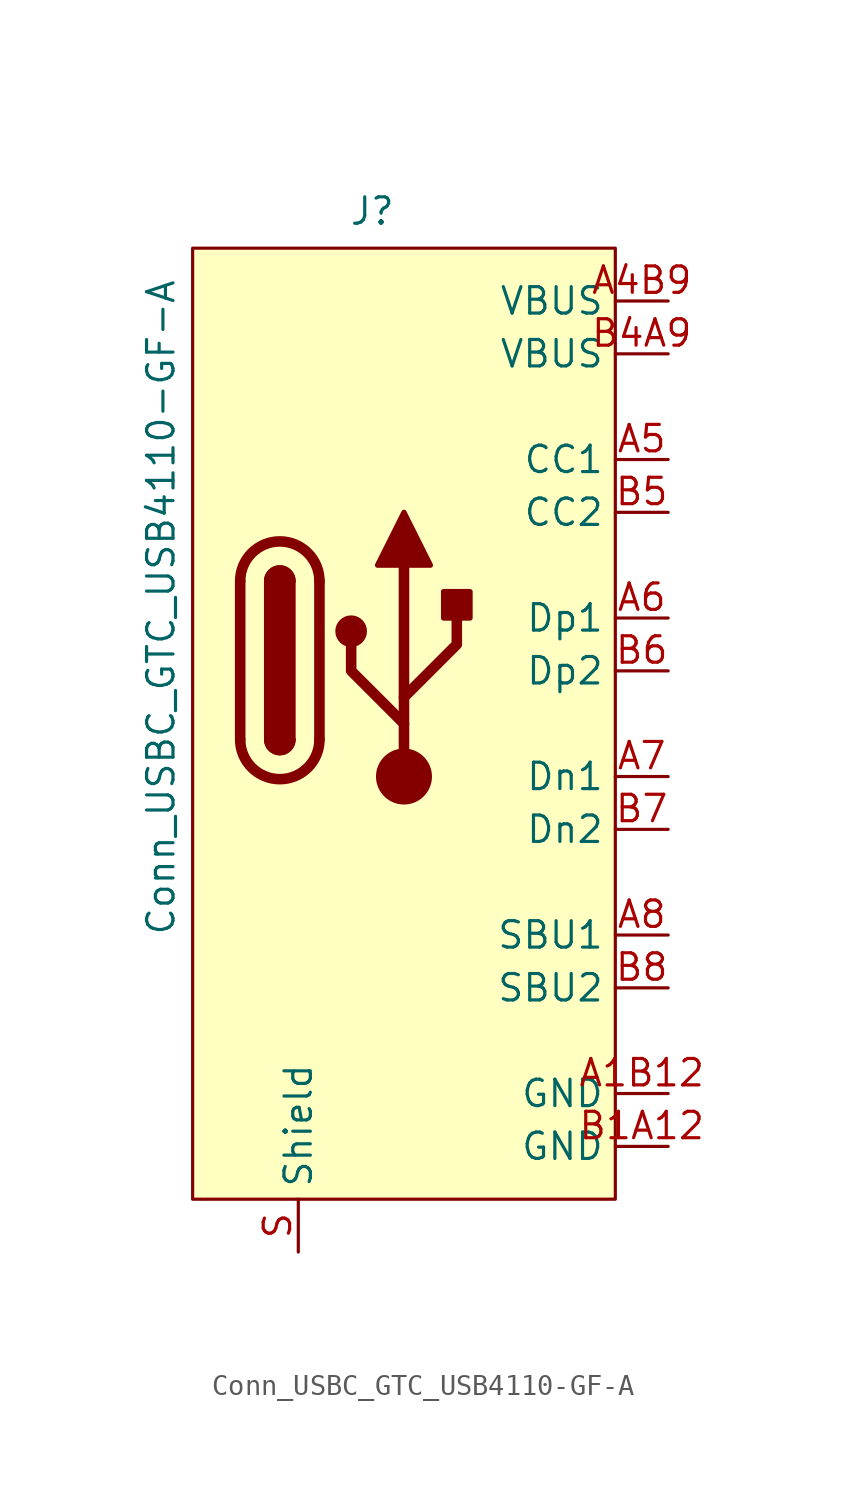
<source format=kicad_sym>
(kicad_symbol_lib
  (version 20211014)
  (generator kicad_symbol_editor)
  (symbol "Conn_USBC_GTC_USB4110-GF-A"
    (property "Reference" "J"
      (at -1.524 24.638 0)
      (effects (font (size 1.27 1.27))))
    (property "Value" "Conn_USBC_GTC_USB4110-GF-A"
      (at -11.684 5.588 90)
      (effects (font (size 1.27 1.27))))
    (symbol "Conn_USBC_GTC_USB4110-GF-A_0_1"
      (rectangle (start 10.16 -22.86) (end -10.16 22.86) (stroke (width 0) (type default) (color 0 0 0 0)) (fill (type background))))
    (symbol "Conn_USBC_GTC_USB4110-GF-A_1_1"
      (arc (start -7.874 -0.762) (mid -5.969 -2.667) (end -4.064 -0.762) (stroke (width 0.508) (type default) (color 0 0 0 0)) (fill (type none)))
      (arc (start -6.604 -0.762) (mid -5.969 -1.397) (end -5.334 -0.762) (stroke (width 0.254) (type default) (color 0 0 0 0)) (fill (type none)))
      (arc (start -6.604 -0.762) (mid -5.969 -1.397) (end -5.334 -0.762) (stroke (width 0.254) (type default) (color 0 0 0 0)) (fill (type outline)))
      (rectangle (start -6.604 -0.762) (end -5.334 6.858) (stroke (width 0.254) (type default) (color 0 0 0 0)) (fill (type outline)))
      (arc (start -5.334 6.858) (mid -5.969 7.493) (end -6.604 6.858) (stroke (width 0.254) (type default) (color 0 0 0 0)) (fill (type none)))
      (arc (start -5.334 6.858) (mid -5.969 7.493) (end -6.604 6.858) (stroke (width 0.254) (type default) (color 0 0 0 0)) (fill (type outline)))
      (arc (start -4.064 6.858) (mid -5.969 8.763) (end -7.874 6.858) (stroke (width 0.508) (type default) (color 0 0 0 0)) (fill (type none)))
      (circle (center -2.54 4.445) (radius 0.635) (stroke (width 0.254) (type default) (color 0 0 0 0)) (fill (type outline)))
      (circle (center 0 -2.54) (radius 1.27) (stroke (width 0) (type default) (color 0 0 0 0)) (fill (type outline)))
      (polyline (pts (xy -7.874 -0.762) (xy -7.874 6.858)) (stroke (width 0.508) (type default) (color 0 0 0 0)) (fill (type none)))
      (polyline (pts (xy -4.064 6.858) (xy -4.064 -0.762)) (stroke (width 0.508) (type default) (color 0 0 0 0)) (fill (type none)))
      (polyline (pts (xy 0 -2.54) (xy 0 7.62)) (stroke (width 0.508) (type default) (color 0 0 0 0)) (fill (type none)))
      (polyline (pts (xy 0 0) (xy -2.54 2.54) (xy -2.54 3.81)) (stroke (width 0.508) (type default) (color 0 0 0 0)) (fill (type none)))
      (polyline (pts (xy 0 1.27) (xy 2.54 3.81) (xy 2.54 5.08)) (stroke (width 0.508) (type default) (color 0 0 0 0)) (fill (type none)))
      (polyline (pts (xy -1.27 7.62) (xy 0 10.16) (xy 1.27 7.62) (xy -1.27 7.62)) (stroke (width 0.254) (type default) (color 0 0 0 0)) (fill (type outline)))
      (rectangle (start 1.905 5.08) (end 3.175 6.35) (stroke (width 0.254) (type default) (color 0 0 0 0)) (fill (type outline)))
      (pin passive line (at 12.7 -17.78 180) (length 2.54) (name "GND" (effects (font (size 1.27 1.27)))) (number "A1B12" (effects (font (size 1.27 1.27)))))
      (pin passive line (at 12.7 20.32 180) (length 2.54) (name "VBUS" (effects (font (size 1.27 1.27)))) (number "A4B9" (effects (font (size 1.27 1.27)))))
      (pin passive line (at 12.7 12.7 180) (length 2.54) (name "CC1" (effects (font (size 1.27 1.27)))) (number "A5" (effects (font (size 1.27 1.27)))))
      (pin bidirectional line (at 12.7 5.08 180) (length 2.54) (name "Dp1" (effects (font (size 1.27 1.27)))) (number "A6" (effects (font (size 1.27 1.27)))))
      (pin bidirectional line (at 12.7 -2.54 180) (length 2.54) (name "Dn1" (effects (font (size 1.27 1.27)))) (number "A7" (effects (font (size 1.27 1.27)))))
      (pin bidirectional line (at 12.7 -10.16 180) (length 2.54) (name "SBU1" (effects (font (size 1.27 1.27)))) (number "A8" (effects (font (size 1.27 1.27)))))
      (pin power_out line (at 12.7 -20.32 180) (length 2.54) (name "GND" (effects (font (size 1.27 1.27)))) (number "B1A12" (effects (font (size 1.27 1.27)))))
      (pin power_out line (at 12.7 17.78 180) (length 2.54) (name "VBUS" (effects (font (size 1.27 1.27)))) (number "B4A9" (effects (font (size 1.27 1.27)))))
      (pin passive line (at 12.7 10.16 180) (length 2.54) (name "CC2" (effects (font (size 1.27 1.27)))) (number "B5" (effects (font (size 1.27 1.27)))))
      (pin bidirectional line (at 12.7 2.54 180) (length 2.54) (name "Dp2" (effects (font (size 1.27 1.27)))) (number "B6" (effects (font (size 1.27 1.27)))))
      (pin bidirectional line (at 12.7 -5.08 180) (length 2.54) (name "Dn2" (effects (font (size 1.27 1.27)))) (number "B7" (effects (font (size 1.27 1.27)))))
      (pin bidirectional line (at 12.7 -12.7 180) (length 2.54) (name "SBU2" (effects (font (size 1.27 1.27)))) (number "B8" (effects (font (size 1.27 1.27)))))
      (pin passive line (at -5.08 -25.4 90) (length 2.54) (name "Shield" (effects (font (size 1.27 1.27)))) (number "S" (effects (font (size 1.27 1.27))))))))
</source>
